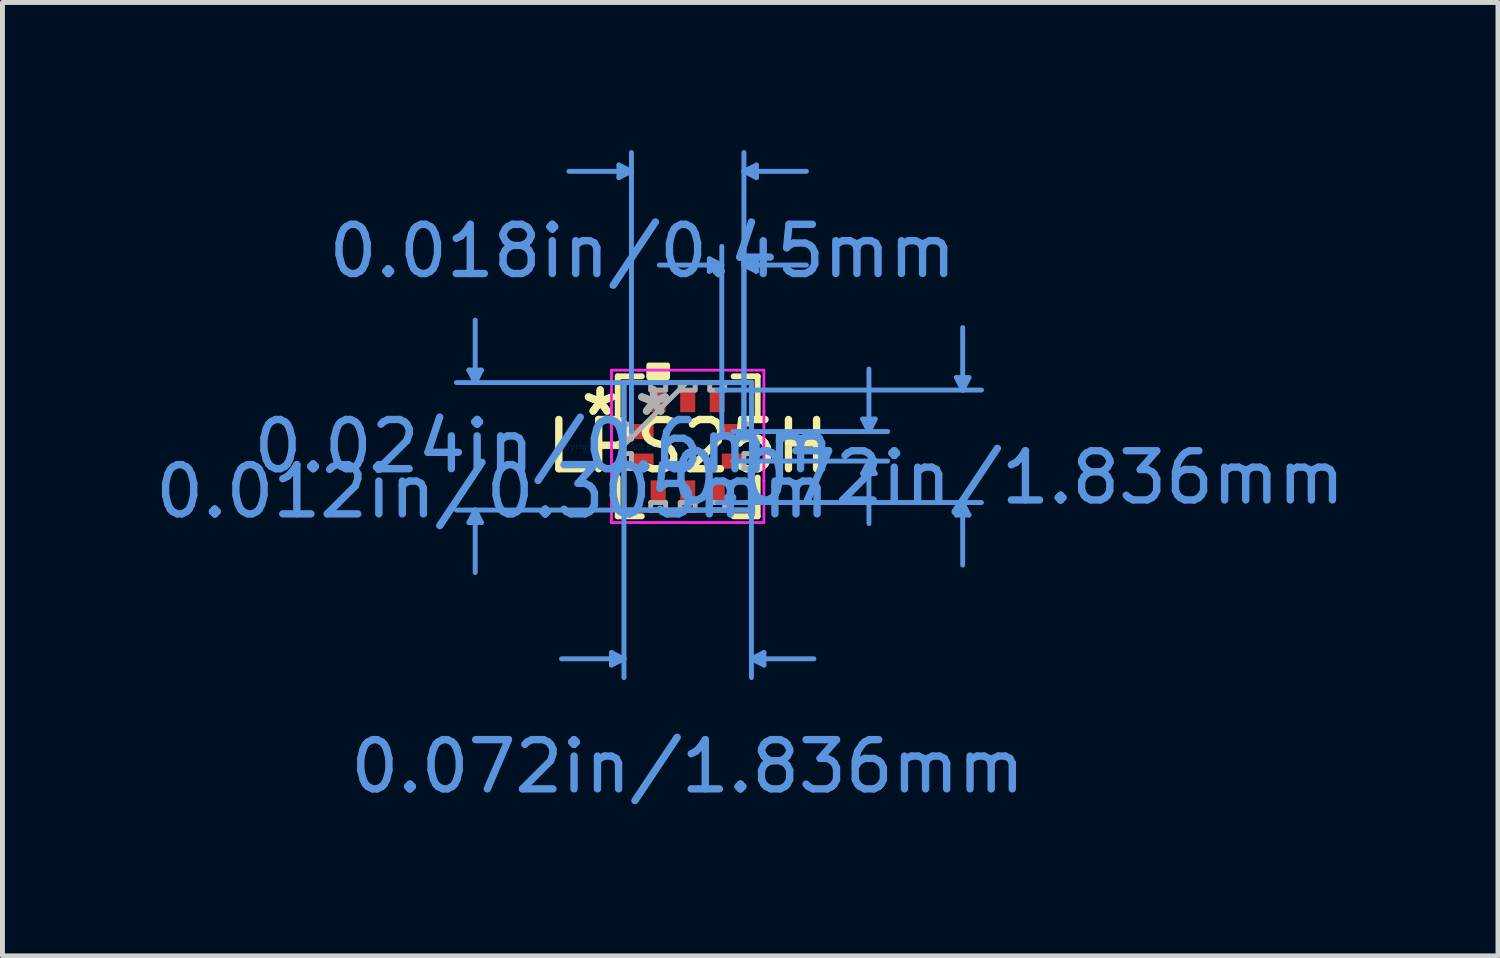
<source format=kicad_pcb>
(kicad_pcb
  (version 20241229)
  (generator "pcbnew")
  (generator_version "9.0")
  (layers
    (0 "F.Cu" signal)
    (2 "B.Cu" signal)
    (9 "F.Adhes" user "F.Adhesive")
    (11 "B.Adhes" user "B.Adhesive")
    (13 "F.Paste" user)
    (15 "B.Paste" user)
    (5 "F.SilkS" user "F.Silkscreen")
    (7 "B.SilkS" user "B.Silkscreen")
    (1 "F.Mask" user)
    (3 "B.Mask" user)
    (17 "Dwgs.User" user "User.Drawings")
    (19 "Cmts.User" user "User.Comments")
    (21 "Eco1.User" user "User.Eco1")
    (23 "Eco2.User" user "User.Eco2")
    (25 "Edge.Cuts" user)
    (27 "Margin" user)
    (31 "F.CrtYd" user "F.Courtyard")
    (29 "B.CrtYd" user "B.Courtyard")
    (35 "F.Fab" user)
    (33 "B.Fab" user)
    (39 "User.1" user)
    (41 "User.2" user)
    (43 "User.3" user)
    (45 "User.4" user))
  (footprint "LPS25H"
    (layer "F.Cu")
    (at 10.924 6.019)
    (property "Reference" "LPS25H" (at 0 0 0) (layer "F.SilkS") (effects (font (size 1 1) (thickness 0.15))))
    (attr through_hole)
    (fp_line (start -1.422 -1.422) (end -1.422 -0.633) (stroke (width 0.12) (type solid)) (layer "F.SilkS"))
    (fp_line (start -1.422 0.633) (end -1.422 1.422) (stroke (width 0.12) (type solid)) (layer "F.SilkS"))
    (fp_line (start -1.422 1.422) (end -0.933 1.422) (stroke (width 0.12) (type solid)) (layer "F.SilkS"))
    (fp_line (start -0.933 -1.422) (end -1.422 -1.422) (stroke (width 0.12) (type solid)) (layer "F.SilkS"))
    (fp_line (start 0.933 1.422) (end 1.422 1.422) (stroke (width 0.12) (type solid)) (layer "F.SilkS"))
    (fp_line (start 1.422 -1.422) (end 0.933 -1.422) (stroke (width 0.12) (type solid)) (layer "F.SilkS"))
    (fp_line (start 1.422 -0.633) (end 1.422 -1.422) (stroke (width 0.12) (type solid)) (layer "F.SilkS"))
    (fp_line (start 1.422 1.422) (end 1.422 0.633) (stroke (width 0.12) (type solid)) (layer "F.SilkS"))
    (fp_poly (pts (xy -0.79 -1.397) (xy -0.79 -1.651) (xy -0.409 -1.651) (xy -0.409 -1.397)) (stroke (width 0.1) (type solid)) (fill yes) (layer "F.SilkS"))
    (fp_line (start -4.445 -1.549) (end -4.191 -1.549) (stroke (width 0.1) (type solid)) (layer "Cmts.User"))
    (fp_line (start -4.445 1.549) (end -4.191 1.549) (stroke (width 0.1) (type solid)) (layer "Cmts.User"))
    (fp_line (start -4.318 -1.295) (end -4.445 -1.549) (stroke (width 0.1) (type solid)) (layer "Cmts.User"))
    (fp_line (start -4.318 -1.295) (end -4.318 -2.565) (stroke (width 0.1) (type solid)) (layer "Cmts.User"))
    (fp_line (start -4.318 -1.295) (end -4.191 -1.549) (stroke (width 0.1) (type solid)) (layer "Cmts.User"))
    (fp_line (start -4.318 1.295) (end -4.445 1.549) (stroke (width 0.1) (type solid)) (layer "Cmts.User"))
    (fp_line (start -4.318 1.295) (end -4.318 2.565) (stroke (width 0.1) (type solid)) (layer "Cmts.User"))
    (fp_line (start -4.318 1.295) (end -4.191 1.549) (stroke (width 0.1) (type solid)) (layer "Cmts.User"))
    (fp_line (start -1.549 4.191) (end -1.549 4.445) (stroke (width 0.1) (type solid)) (layer "Cmts.User"))
    (fp_line (start -1.397 -5.715) (end -1.397 -5.461) (stroke (width 0.1) (type solid)) (layer "Cmts.User"))
    (fp_line (start -1.295 -1.295) (end -1.295 4.699) (stroke (width 0.1) (type solid)) (layer "Cmts.User"))
    (fp_line (start -1.295 4.318) (end -2.565 4.318) (stroke (width 0.1) (type solid)) (layer "Cmts.User"))
    (fp_line (start -1.295 4.318) (end -1.549 4.191) (stroke (width 0.1) (type solid)) (layer "Cmts.User"))
    (fp_line (start -1.295 4.318) (end -1.549 4.445) (stroke (width 0.1) (type solid)) (layer "Cmts.User"))
    (fp_line (start -1.143 -5.588) (end -2.413 -5.588) (stroke (width 0.1) (type solid)) (layer "Cmts.User"))
    (fp_line (start -1.143 -5.588) (end -1.397 -5.715) (stroke (width 0.1) (type solid)) (layer "Cmts.User"))
    (fp_line (start -1.143 -5.588) (end -1.397 -5.461) (stroke (width 0.1) (type solid)) (layer "Cmts.User"))
    (fp_line (start -1.143 -0.3) (end -1.143 -5.969) (stroke (width 0.1) (type solid)) (layer "Cmts.User"))
    (fp_line (start 0.439 -3.81) (end 0.439 -3.556) (stroke (width 0.1) (type solid)) (layer "Cmts.User"))
    (fp_line (start 0.6 -1.143) (end 5.969 -1.143) (stroke (width 0.1) (type solid)) (layer "Cmts.User"))
    (fp_line (start 0.6 1.143) (end 5.969 1.143) (stroke (width 0.1) (type solid)) (layer "Cmts.User"))
    (fp_line (start 0.693 -3.683) (end -0.577 -3.683) (stroke (width 0.1) (type solid)) (layer "Cmts.User"))
    (fp_line (start 0.693 -3.683) (end 0.439 -3.81) (stroke (width 0.1) (type solid)) (layer "Cmts.User"))
    (fp_line (start 0.693 -3.683) (end 0.439 -3.556) (stroke (width 0.1) (type solid)) (layer "Cmts.User"))
    (fp_line (start 0.693 -0.3) (end 0.693 -4.064) (stroke (width 0.1) (type solid)) (layer "Cmts.User"))
    (fp_line (start 0.918 -0.3) (end 4.064 -0.3) (stroke (width 0.1) (type solid)) (layer "Cmts.User"))
    (fp_line (start 0.918 0.3) (end 4.064 0.3) (stroke (width 0.1) (type solid)) (layer "Cmts.User"))
    (fp_line (start 1.143 -5.588) (end 1.397 -5.715) (stroke (width 0.1) (type solid)) (layer "Cmts.User"))
    (fp_line (start 1.143 -5.588) (end 1.397 -5.461) (stroke (width 0.1) (type solid)) (layer "Cmts.User"))
    (fp_line (start 1.143 -5.588) (end 2.413 -5.588) (stroke (width 0.1) (type solid)) (layer "Cmts.User"))
    (fp_line (start 1.143 -3.683) (end 1.397 -3.81) (stroke (width 0.1) (type solid)) (layer "Cmts.User"))
    (fp_line (start 1.143 -3.683) (end 1.397 -3.556) (stroke (width 0.1) (type solid)) (layer "Cmts.User"))
    (fp_line (start 1.143 -3.683) (end 2.413 -3.683) (stroke (width 0.1) (type solid)) (layer "Cmts.User"))
    (fp_line (start 1.143 -0.3) (end 1.143 -5.969) (stroke (width 0.1) (type solid)) (layer "Cmts.User"))
    (fp_line (start 1.143 -0.3) (end 1.143 -4.064) (stroke (width 0.1) (type solid)) (layer "Cmts.User"))
    (fp_line (start 1.295 -1.295) (end -4.699 -1.295) (stroke (width 0.1) (type solid)) (layer "Cmts.User"))
    (fp_line (start 1.295 -1.295) (end 1.295 4.699) (stroke (width 0.1) (type solid)) (layer "Cmts.User"))
    (fp_line (start 1.295 1.295) (end -4.699 1.295) (stroke (width 0.1) (type solid)) (layer "Cmts.User"))
    (fp_line (start 1.295 4.318) (end 1.549 4.191) (stroke (width 0.1) (type solid)) (layer "Cmts.User"))
    (fp_line (start 1.295 4.318) (end 1.549 4.445) (stroke (width 0.1) (type solid)) (layer "Cmts.User"))
    (fp_line (start 1.295 4.318) (end 2.565 4.318) (stroke (width 0.1) (type solid)) (layer "Cmts.User"))
    (fp_line (start 1.397 -5.715) (end 1.397 -5.461) (stroke (width 0.1) (type solid)) (layer "Cmts.User"))
    (fp_line (start 1.397 -3.81) (end 1.397 -3.556) (stroke (width 0.1) (type solid)) (layer "Cmts.User"))
    (fp_line (start 1.549 4.191) (end 1.549 4.445) (stroke (width 0.1) (type solid)) (layer "Cmts.User"))
    (fp_line (start 3.556 -0.554) (end 3.81 -0.554) (stroke (width 0.1) (type solid)) (layer "Cmts.User"))
    (fp_line (start 3.556 0.554) (end 3.81 0.554) (stroke (width 0.1) (type solid)) (layer "Cmts.User"))
    (fp_line (start 3.683 -0.3) (end 3.556 -0.554) (stroke (width 0.1) (type solid)) (layer "Cmts.User"))
    (fp_line (start 3.683 -0.3) (end 3.683 -1.57) (stroke (width 0.1) (type solid)) (layer "Cmts.User"))
    (fp_line (start 3.683 -0.3) (end 3.81 -0.554) (stroke (width 0.1) (type solid)) (layer "Cmts.User"))
    (fp_line (start 3.683 0.3) (end 3.556 0.554) (stroke (width 0.1) (type solid)) (layer "Cmts.User"))
    (fp_line (start 3.683 0.3) (end 3.683 1.57) (stroke (width 0.1) (type solid)) (layer "Cmts.User"))
    (fp_line (start 3.683 0.3) (end 3.81 0.554) (stroke (width 0.1) (type solid)) (layer "Cmts.User"))
    (fp_line (start 5.461 -1.397) (end 5.715 -1.397) (stroke (width 0.1) (type solid)) (layer "Cmts.User"))
    (fp_line (start 5.461 1.397) (end 5.715 1.397) (stroke (width 0.1) (type solid)) (layer "Cmts.User"))
    (fp_line (start 5.588 -1.143) (end 5.461 -1.397) (stroke (width 0.1) (type solid)) (layer "Cmts.User"))
    (fp_line (start 5.588 -1.143) (end 5.588 -2.413) (stroke (width 0.1) (type solid)) (layer "Cmts.User"))
    (fp_line (start 5.588 -1.143) (end 5.715 -1.397) (stroke (width 0.1) (type solid)) (layer "Cmts.User"))
    (fp_line (start 5.588 1.143) (end 5.461 1.397) (stroke (width 0.1) (type solid)) (layer "Cmts.User"))
    (fp_line (start 5.588 1.143) (end 5.588 2.413) (stroke (width 0.1) (type solid)) (layer "Cmts.User"))
    (fp_line (start 5.588 1.143) (end 5.715 1.397) (stroke (width 0.1) (type solid)) (layer "Cmts.User"))
    (fp_line (start -1.549 -1.549) (end -1.006 -1.549) (stroke (width 0.05) (type solid)) (layer "F.CrtYd"))
    (fp_line (start -1.549 -1.549) (end -1.006 -1.549) (stroke (width 0.05) (type solid)) (layer "F.CrtYd"))
    (fp_line (start -1.549 -0.706) (end -1.549 -1.549) (stroke (width 0.05) (type solid)) (layer "F.CrtYd"))
    (fp_line (start -1.549 -0.706) (end -1.549 -1.549) (stroke (width 0.05) (type solid)) (layer "F.CrtYd"))
    (fp_line (start -1.549 -0.706) (end -1.549 -0.706) (stroke (width 0.05) (type solid)) (layer "F.CrtYd"))
    (fp_line (start -1.549 -0.706) (end -1.549 -0.706) (stroke (width 0.05) (type solid)) (layer "F.CrtYd"))
    (fp_line (start -1.549 0.706) (end -1.549 -0.706) (stroke (width 0.05) (type solid)) (layer "F.CrtYd"))
    (fp_line (start -1.549 0.706) (end -1.549 -0.706) (stroke (width 0.05) (type solid)) (layer "F.CrtYd"))
    (fp_line (start -1.549 0.706) (end -1.549 0.706) (stroke (width 0.05) (type solid)) (layer "F.CrtYd"))
    (fp_line (start -1.549 0.706) (end -1.549 0.706) (stroke (width 0.05) (type solid)) (layer "F.CrtYd"))
    (fp_line (start -1.549 1.549) (end -1.549 0.706) (stroke (width 0.05) (type solid)) (layer "F.CrtYd"))
    (fp_line (start -1.549 1.549) (end -1.549 0.706) (stroke (width 0.05) (type solid)) (layer "F.CrtYd"))
    (fp_line (start -1.006 -1.549) (end -1.006 -1.549) (stroke (width 0.05) (type solid)) (layer "F.CrtYd"))
    (fp_line (start -1.006 -1.549) (end -1.006 -1.549) (stroke (width 0.05) (type solid)) (layer "F.CrtYd"))
    (fp_line (start -1.006 -1.549) (end 1.006 -1.549) (stroke (width 0.05) (type solid)) (layer "F.CrtYd"))
    (fp_line (start -1.006 -1.549) (end 1.006 -1.549) (stroke (width 0.05) (type solid)) (layer "F.CrtYd"))
    (fp_line (start -1.006 1.549) (end -1.549 1.549) (stroke (width 0.05) (type solid)) (layer "F.CrtYd"))
    (fp_line (start -1.006 1.549) (end -1.549 1.549) (stroke (width 0.05) (type solid)) (layer "F.CrtYd"))
    (fp_line (start -1.006 1.549) (end -1.006 1.549) (stroke (width 0.05) (type solid)) (layer "F.CrtYd"))
    (fp_line (start -1.006 1.549) (end -1.006 1.549) (stroke (width 0.05) (type solid)) (layer "F.CrtYd"))
    (fp_line (start 1.006 -1.549) (end 1.006 -1.549) (stroke (width 0.05) (type solid)) (layer "F.CrtYd"))
    (fp_line (start 1.006 -1.549) (end 1.006 -1.549) (stroke (width 0.05) (type solid)) (layer "F.CrtYd"))
    (fp_line (start 1.006 -1.549) (end 1.549 -1.549) (stroke (width 0.05) (type solid)) (layer "F.CrtYd"))
    (fp_line (start 1.006 -1.549) (end 1.549 -1.549) (stroke (width 0.05) (type solid)) (layer "F.CrtYd"))
    (fp_line (start 1.006 1.549) (end -1.006 1.549) (stroke (width 0.05) (type solid)) (layer "F.CrtYd"))
    (fp_line (start 1.006 1.549) (end -1.006 1.549) (stroke (width 0.05) (type solid)) (layer "F.CrtYd"))
    (fp_line (start 1.006 1.549) (end 1.006 1.549) (stroke (width 0.05) (type solid)) (layer "F.CrtYd"))
    (fp_line (start 1.006 1.549) (end 1.006 1.549) (stroke (width 0.05) (type solid)) (layer "F.CrtYd"))
    (fp_line (start 1.549 -1.549) (end 1.549 -0.706) (stroke (width 0.05) (type solid)) (layer "F.CrtYd"))
    (fp_line (start 1.549 -1.549) (end 1.549 -0.706) (stroke (width 0.05) (type solid)) (layer "F.CrtYd"))
    (fp_line (start 1.549 -0.706) (end 1.549 -0.706) (stroke (width 0.05) (type solid)) (layer "F.CrtYd"))
    (fp_line (start 1.549 -0.706) (end 1.549 -0.706) (stroke (width 0.05) (type solid)) (layer "F.CrtYd"))
    (fp_line (start 1.549 -0.706) (end 1.549 0.706) (stroke (width 0.05) (type solid)) (layer "F.CrtYd"))
    (fp_line (start 1.549 -0.706) (end 1.549 0.706) (stroke (width 0.05) (type solid)) (layer "F.CrtYd"))
    (fp_line (start 1.549 0.706) (end 1.549 0.706) (stroke (width 0.05) (type solid)) (layer "F.CrtYd"))
    (fp_line (start 1.549 0.706) (end 1.549 0.706) (stroke (width 0.05) (type solid)) (layer "F.CrtYd"))
    (fp_line (start 1.549 0.706) (end 1.549 1.549) (stroke (width 0.05) (type solid)) (layer "F.CrtYd"))
    (fp_line (start 1.549 0.706) (end 1.549 1.549) (stroke (width 0.05) (type solid)) (layer "F.CrtYd"))
    (fp_line (start 1.549 1.549) (end 1.006 1.549) (stroke (width 0.05) (type solid)) (layer "F.CrtYd"))
    (fp_line (start 1.549 1.549) (end 1.006 1.549) (stroke (width 0.05) (type solid)) (layer "F.CrtYd"))
    (fp_line (start -1.295 -1.295) (end -1.295 -1.295) (stroke (width 0.1) (type solid)) (layer "F.Fab"))
    (fp_line (start -1.295 -1.295) (end -1.295 1.295) (stroke (width 0.1) (type solid)) (layer "F.Fab"))
    (fp_line (start -1.295 -0.452) (end -1.143 -0.452) (stroke (width 0.1) (type solid)) (layer "F.Fab"))
    (fp_line (start -1.295 -0.148) (end -1.295 -0.452) (stroke (width 0.1) (type solid)) (layer "F.Fab"))
    (fp_line (start -1.295 -0.025) (end -0.025 -1.295) (stroke (width 0.1) (type solid)) (layer "F.Fab"))
    (fp_line (start -1.295 0.148) (end -1.143 0.148) (stroke (width 0.1) (type solid)) (layer "F.Fab"))
    (fp_line (start -1.295 0.452) (end -1.295 0.148) (stroke (width 0.1) (type solid)) (layer "F.Fab"))
    (fp_line (start -1.295 1.295) (end -1.295 1.295) (stroke (width 0.1) (type solid)) (layer "F.Fab"))
    (fp_line (start -1.295 1.295) (end 1.295 1.295) (stroke (width 0.1) (type solid)) (layer "F.Fab"))
    (fp_line (start -1.143 -0.452) (end -1.143 -0.148) (stroke (width 0.1) (type solid)) (layer "F.Fab"))
    (fp_line (start -1.143 -0.148) (end -1.295 -0.148) (stroke (width 0.1) (type solid)) (layer "F.Fab"))
    (fp_line (start -1.143 0.148) (end -1.143 0.452) (stroke (width 0.1) (type solid)) (layer "F.Fab"))
    (fp_line (start -1.143 0.452) (end -1.295 0.452) (stroke (width 0.1) (type solid)) (layer "F.Fab"))
    (fp_line (start -0.752 -1.295) (end -0.448 -1.295) (stroke (width 0.1) (type solid)) (layer "F.Fab"))
    (fp_line (start -0.752 -1.143) (end -0.752 -1.295) (stroke (width 0.1) (type solid)) (layer "F.Fab"))
    (fp_line (start -0.752 1.143) (end -0.448 1.143) (stroke (width 0.1) (type solid)) (layer "F.Fab"))
    (fp_line (start -0.752 1.295) (end -0.752 1.143) (stroke (width 0.1) (type solid)) (layer "F.Fab"))
    (fp_line (start -0.448 -1.295) (end -0.448 -1.143) (stroke (width 0.1) (type solid)) (layer "F.Fab"))
    (fp_line (start -0.448 -1.143) (end -0.752 -1.143) (stroke (width 0.1) (type solid)) (layer "F.Fab"))
    (fp_line (start -0.448 1.143) (end -0.448 1.295) (stroke (width 0.1) (type solid)) (layer "F.Fab"))
    (fp_line (start -0.448 1.295) (end -0.752 1.295) (stroke (width 0.1) (type solid)) (layer "F.Fab"))
    (fp_line (start -0.152 -1.295) (end 0.152 -1.295) (stroke (width 0.1) (type solid)) (layer "F.Fab"))
    (fp_line (start -0.152 -1.143) (end -0.152 -1.295) (stroke (width 0.1) (type solid)) (layer "F.Fab"))
    (fp_line (start -0.152 1.143) (end 0.152 1.143) (stroke (width 0.1) (type solid)) (layer "F.Fab"))
    (fp_line (start -0.152 1.295) (end -0.152 1.143) (stroke (width 0.1) (type solid)) (layer "F.Fab"))
    (fp_line (start 0.152 -1.295) (end 0.152 -1.143) (stroke (width 0.1) (type solid)) (layer "F.Fab"))
    (fp_line (start 0.152 -1.143) (end -0.152 -1.143) (stroke (width 0.1) (type solid)) (layer "F.Fab"))
    (fp_line (start 0.152 1.143) (end 0.152 1.295) (stroke (width 0.1) (type solid)) (layer "F.Fab"))
    (fp_line (start 0.152 1.295) (end -0.152 1.295) (stroke (width 0.1) (type solid)) (layer "F.Fab"))
    (fp_line (start 0.448 -1.295) (end 0.752 -1.295) (stroke (width 0.1) (type solid)) (layer "F.Fab"))
    (fp_line (start 0.448 -1.143) (end 0.448 -1.295) (stroke (width 0.1) (type solid)) (layer "F.Fab"))
    (fp_line (start 0.448 1.143) (end 0.752 1.143) (stroke (width 0.1) (type solid)) (layer "F.Fab"))
    (fp_line (start 0.448 1.295) (end 0.448 1.143) (stroke (width 0.1) (type solid)) (layer "F.Fab"))
    (fp_line (start 0.752 -1.295) (end 0.752 -1.143) (stroke (width 0.1) (type solid)) (layer "F.Fab"))
    (fp_line (start 0.752 -1.143) (end 0.448 -1.143) (stroke (width 0.1) (type solid)) (layer "F.Fab"))
    (fp_line (start 0.752 1.143) (end 0.752 1.295) (stroke (width 0.1) (type solid)) (layer "F.Fab"))
    (fp_line (start 0.752 1.295) (end 0.448 1.295) (stroke (width 0.1) (type solid)) (layer "F.Fab"))
    (fp_line (start 1.143 -0.452) (end 1.295 -0.452) (stroke (width 0.1) (type solid)) (layer "F.Fab"))
    (fp_line (start 1.143 -0.148) (end 1.143 -0.452) (stroke (width 0.1) (type solid)) (layer "F.Fab"))
    (fp_line (start 1.143 0.148) (end 1.295 0.148) (stroke (width 0.1) (type solid)) (layer "F.Fab"))
    (fp_line (start 1.143 0.452) (end 1.143 0.148) (stroke (width 0.1) (type solid)) (layer "F.Fab"))
    (fp_line (start 1.295 -1.295) (end -1.295 -1.295) (stroke (width 0.1) (type solid)) (layer "F.Fab"))
    (fp_line (start 1.295 -1.295) (end 1.295 -1.295) (stroke (width 0.1) (type solid)) (layer "F.Fab"))
    (fp_line (start 1.295 -0.452) (end 1.295 -0.148) (stroke (width 0.1) (type solid)) (layer "F.Fab"))
    (fp_line (start 1.295 -0.148) (end 1.143 -0.148) (stroke (width 0.1) (type solid)) (layer "F.Fab"))
    (fp_line (start 1.295 0.148) (end 1.295 0.452) (stroke (width 0.1) (type solid)) (layer "F.Fab"))
    (fp_line (start 1.295 0.452) (end 1.143 0.452) (stroke (width 0.1) (type solid)) (layer "F.Fab"))
    (fp_line (start 1.295 1.295) (end 1.295 -1.295) (stroke (width 0.1) (type solid)) (layer "F.Fab"))
    (fp_line (start 1.295 1.295) (end 1.295 1.295) (stroke (width 0.1) (type solid)) (layer "F.Fab"))
    (fp_text user "*" (at -1.778 -0.6 0) (layer "F.SilkS") (effects (font (size 1 1) (thickness 0.15))))
    (fp_text user "*" (at -1.778 -0.6 0) (layer "F.SilkS") (effects (font (size 1 1) (thickness 0.15))))
    (fp_text user "0.018in/0.45mm" (at -0.918 -3.966 0) (layer "Cmts.User") (effects (font (size 1 1) (thickness 0.15))))
    (fp_text user "Copyright 2021 Accelerated Designs. All rights reserved." (at 0 0 0) (layer "Cmts.User") (effects (font (size 0.127 0.127) (thickness 0.002))))
    (fp_text user "0.072in/1.836mm" (at 6.506 0.635 0) (layer "Cmts.User") (effects (font (size 1 1) (thickness 0.15))))
    (fp_text user "0.024in/0.6mm" (at -2.921 0 0) (layer "Cmts.User") (effects (font (size 1 1) (thickness 0.15))))
    (fp_text user "0.072in/1.836mm" (at 0 6.506 0) (layer "Cmts.User") (effects (font (size 1 1) (thickness 0.15))))
    (fp_text user "0.012in/0.305mm" (at -3.966 0.918 0) (layer "Cmts.User") (effects (font (size 1 1) (thickness 0.15))))
    (fp_text user "*" (at -0.693 -0.6 0) (layer "F.Fab") (effects (font (size 1 1) (thickness 0.15))))
    (fp_text user "*" (at -0.693 -0.6 0) (layer "F.Fab") (effects (font (size 1 1) (thickness 0.15))))
    (pad "1" smd rect (at -0.918 -0.3 90) (size 0.305 0.45) (layers "F.Cu" "F.Mask" "F.Paste"))
    (pad "2" smd rect (at -0.918 0.3 90) (size 0.305 0.45) (layers "F.Cu" "F.Mask" "F.Paste"))
    (pad "3" smd rect (at -0.6 0.918) (size 0.305 0.45) (layers "F.Cu" "F.Mask" "F.Paste"))
    (pad "4" smd rect (at 0 0.918) (size 0.305 0.45) (layers "F.Cu" "F.Mask" "F.Paste"))
    (pad "5" smd rect (at 0.6 0.918) (size 0.305 0.45) (layers "F.Cu" "F.Mask" "F.Paste"))
    (pad "6" smd rect (at 0.918 0.3 90) (size 0.305 0.45) (layers "F.Cu" "F.Mask" "F.Paste"))
    (pad "7" smd rect (at 0.918 -0.3 90) (size 0.305 0.45) (layers "F.Cu" "F.Mask" "F.Paste"))
    (pad "8" smd rect (at 0.6 -0.918) (size 0.305 0.45) (layers "F.Cu" "F.Mask" "F.Paste"))
    (pad "9" smd rect (at 0 -0.918) (size 0.305 0.45) (layers "F.Cu" "F.Mask" "F.Paste"))
    (pad "10" smd rect (at -0.6 -0.918) (size 0.305 0.45) (layers "F.Cu" "F.Mask" "F.Paste")))
  (gr_rect
    (start -3 -3)
    (end 27.389 16.373)
    (stroke (width 0.1) (type default))
    (fill no)
    (layer "Edge.Cuts")))
</source>
